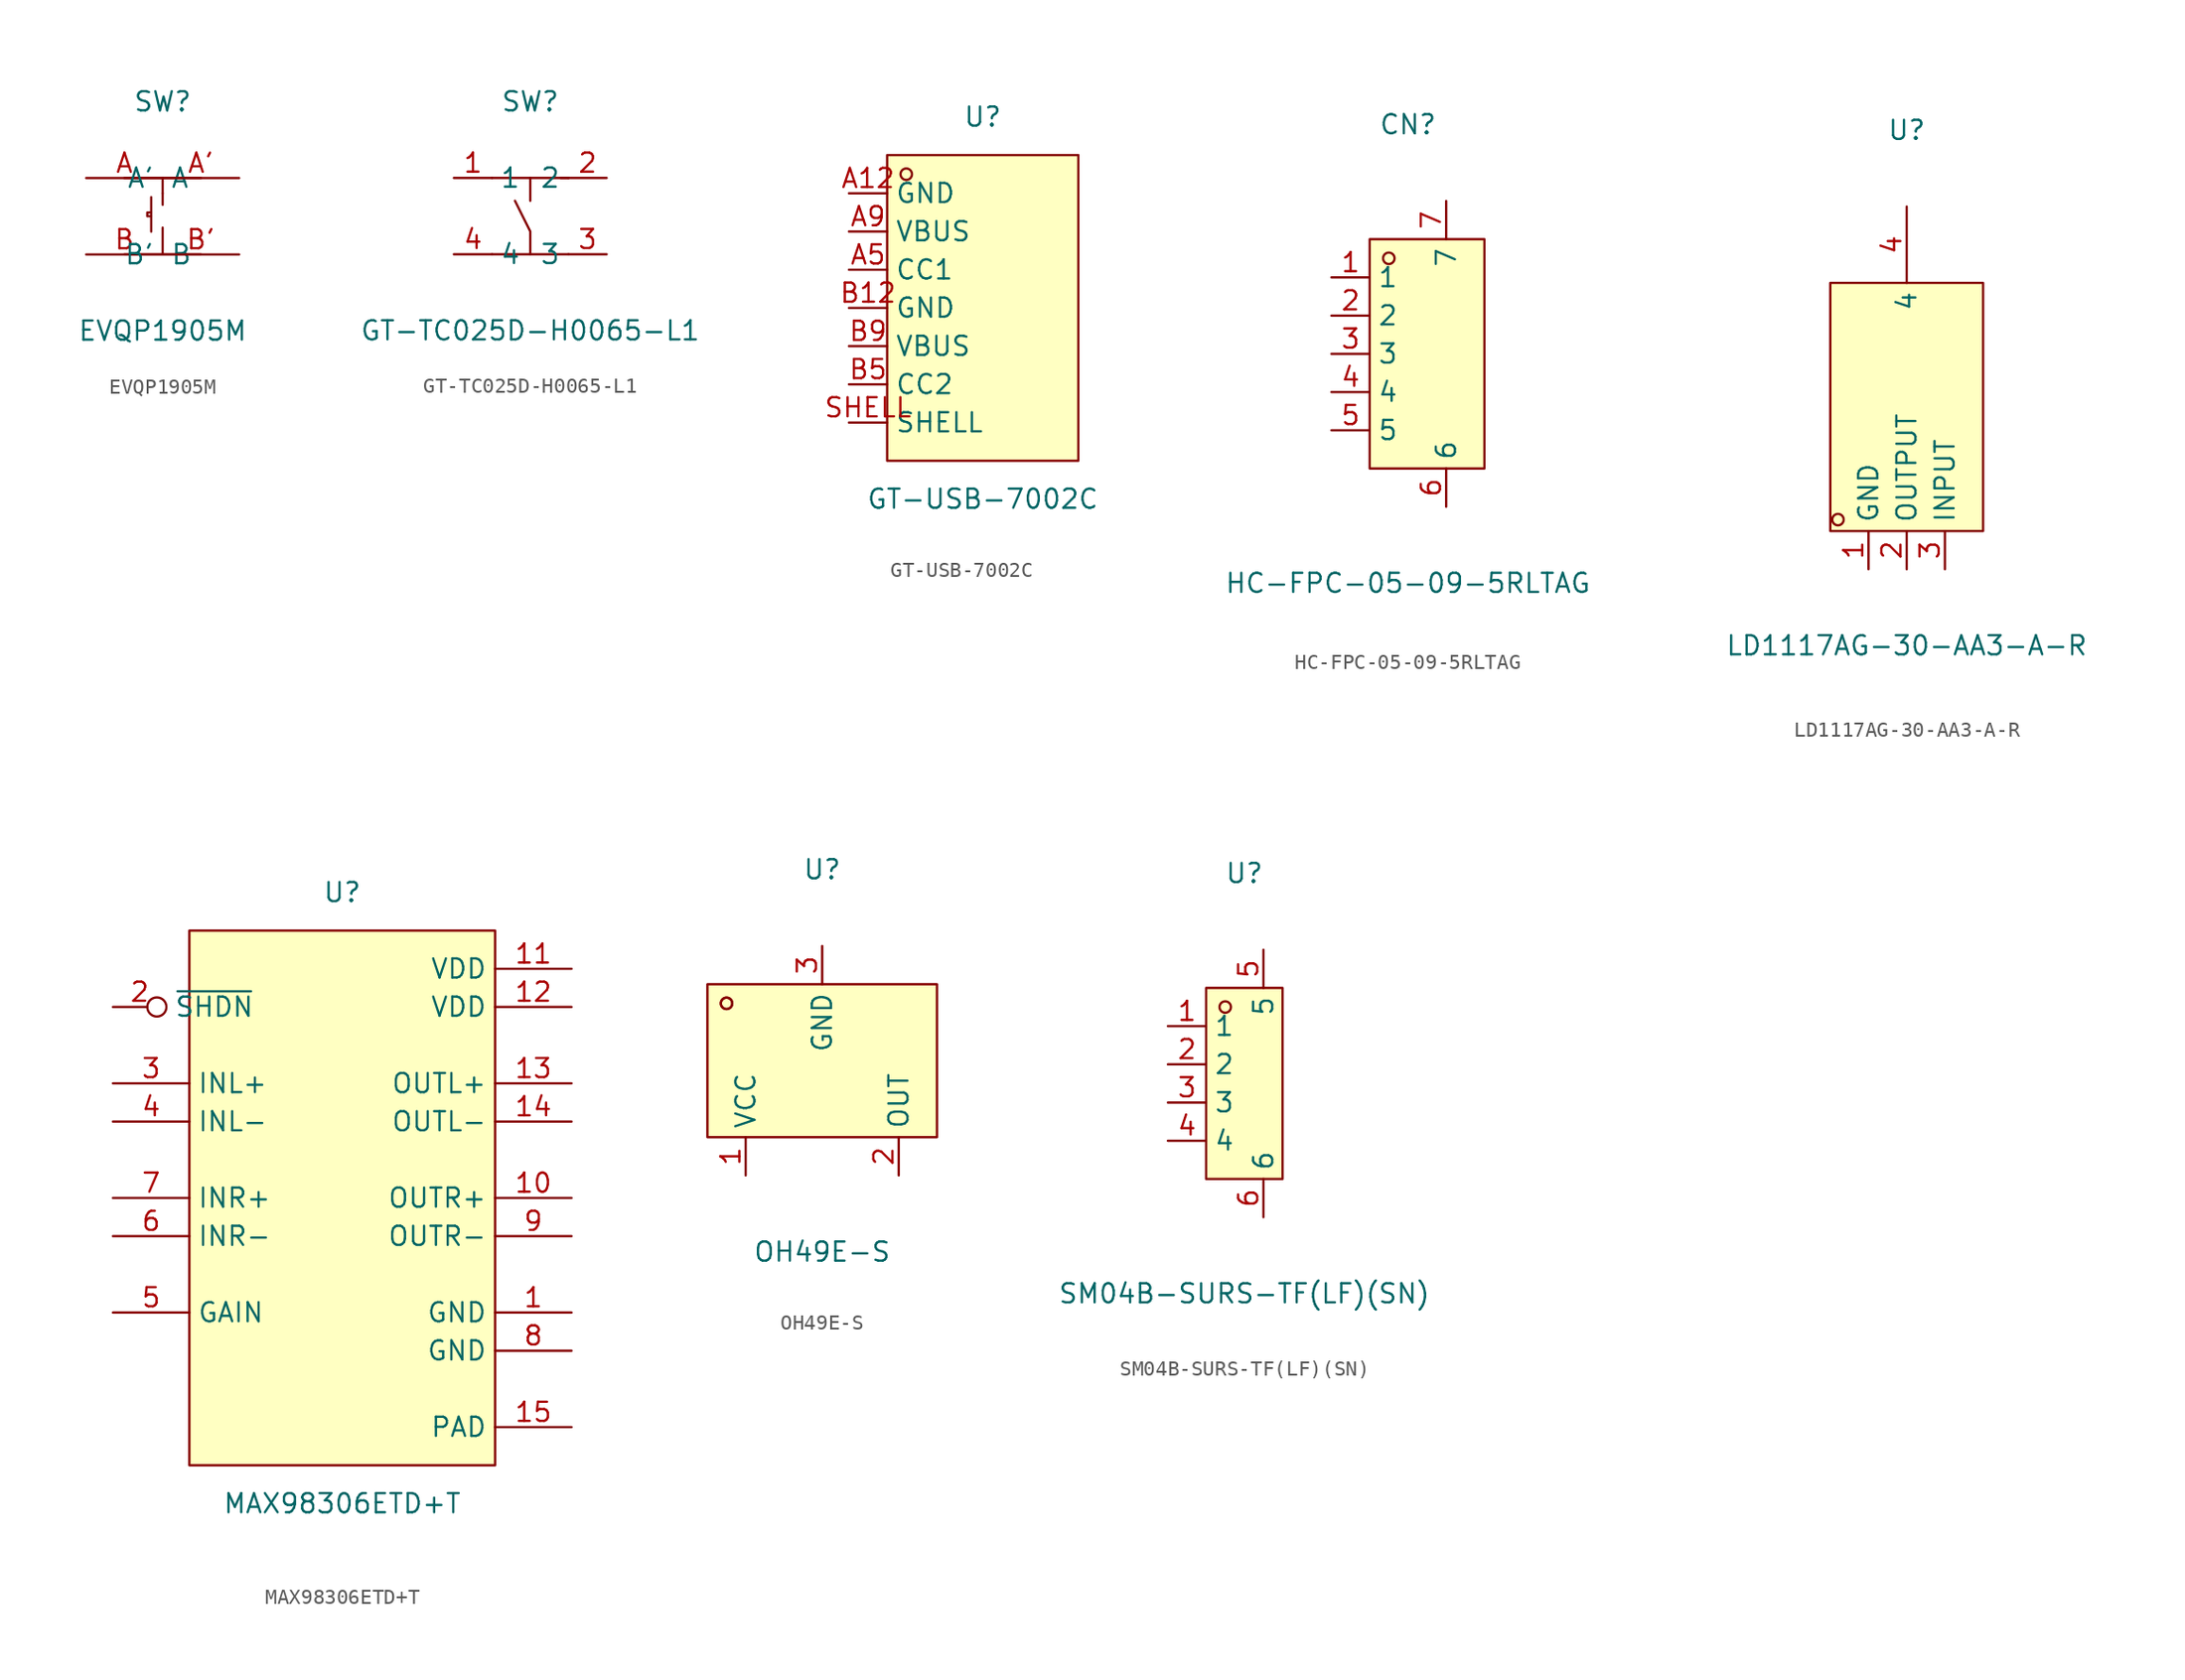
<source format=kicad_sym>
(kicad_symbol_lib
  (version 20211014)
  (generator https://github.com/uPesy/easyeda2kicad.py)
  (symbol "EVQP1905M"
    (property "Reference" "SW"
      (at 0 7.62 0)
      (effects (font (size 1.27 1.27))))
    (property "Value" "EVQP1905M"
      (at 0 -7.62 0)
      (effects (font (size 1.27 1.27))))
    (symbol "EVQP1905M_0_1"
      (polyline (pts (xy -0.76 0.25) (xy -1.02 0.25) (xy -1.02 -0.00) (xy -0.76 -0.00)) (stroke (width 0) (type default) (color 0 0 0 0)) (fill (type none)))
      (polyline (pts (xy -0.76 1.27) (xy -0.76 -1.02)) (stroke (width 0) (type default) (color 0 0 0 0)) (fill (type none)))
      (polyline (pts (xy 0.00 1.52) (xy 0.00 0.76)) (stroke (width 0) (type default) (color 0 0 0 0)) (fill (type none)))
      (polyline (pts (xy 0.00 -2.54) (xy 0.00 -0.76)) (stroke (width 0) (type default) (color 0 0 0 0)) (fill (type none)))
      (polyline (pts (xy 0.00 2.54) (xy 0.00 1.52)) (stroke (width 0) (type default) (color 0 0 0 0)) (fill (type none)))
      (polyline (pts (xy -2.54 -2.54) (xy 2.54 -2.54)) (stroke (width 0) (type default) (color 0 0 0 0)) (fill (type none)))
      (polyline (pts (xy -2.54 2.54) (xy 2.54 2.54)) (stroke (width 0) (type default) (color 0 0 0 0)) (fill (type none)))
      (pin unspecified line (at -5.08 -2.54 0) (length 5.08) (name "B" (effects (font (size 1.27 1.27)))) (number "B" (effects (font (size 1.27 1.27)))))
      (pin unspecified line (at -5.08 2.54 0) (length 5.08) (name "A" (effects (font (size 1.27 1.27)))) (number "A" (effects (font (size 1.27 1.27)))))
      (pin unspecified line (at 5.08 -2.54 180) (length 5.08) (name "B'" (effects (font (size 1.27 1.27)))) (number "B'" (effects (font (size 1.27 1.27)))))
      (pin unspecified line (at 5.08 2.54 180) (length 5.08) (name "A'" (effects (font (size 1.27 1.27)))) (number "A'" (effects (font (size 1.27 1.27)))))))
  (symbol "GT-TC025D-H0065-L1"
    (property "Reference" "SW"
      (at 0 7.62 0)
      (effects (font (size 1.27 1.27))))
    (property "Value" "GT-TC025D-H0065-L1"
      (at 0 -7.62 0)
      (effects (font (size 1.27 1.27))))
    (symbol "GT-TC025D-H0065-L1_0_1"
      (polyline (pts (xy 2.03 2.54) (xy 2.54 2.54)) (stroke (width 0) (type default) (color 0 0 0 0)) (fill (type none)))
      (polyline (pts (xy -2.54 2.54) (xy 2.54 2.54)) (stroke (width 0) (type default) (color 0 0 0 0)) (fill (type none)))
      (polyline (pts (xy -2.54 -2.54) (xy 2.54 -2.54)) (stroke (width 0) (type default) (color 0 0 0 0)) (fill (type none)))
      (polyline (pts (xy 0.00 2.54) (xy 0.00 1.02)) (stroke (width 0) (type default) (color 0 0 0 0)) (fill (type none)))
      (polyline (pts (xy 0.00 -2.54) (xy 0.00 -1.02) (xy -1.02 1.02)) (stroke (width 0) (type default) (color 0 0 0 0)) (fill (type none)))
      (pin unspecified line (at -5.08 -2.54 0) (length 2.54) (name "4" (effects (font (size 1.27 1.27)))) (number "4" (effects (font (size 1.27 1.27)))))
      (pin unspecified line (at 5.08 -2.54 180) (length 2.54) (name "3" (effects (font (size 1.27 1.27)))) (number "3" (effects (font (size 1.27 1.27)))))
      (pin unspecified line (at 5.08 2.54 180) (length 2.54) (name "2" (effects (font (size 1.27 1.27)))) (number "2" (effects (font (size 1.27 1.27)))))
      (pin unspecified line (at -5.08 2.54 0) (length 2.54) (name "1" (effects (font (size 1.27 1.27)))) (number "1" (effects (font (size 1.27 1.27)))))))
  (symbol "GT-USB-7002C"
    (property "Reference" "U"
      (at 0 12.70 0)
      (effects (font (size 1.27 1.27))))
    (property "Value" "GT-USB-7002C"
      (at 0 -12.70 0)
      (effects (font (size 1.27 1.27))))
    (symbol "GT-USB-7002C_0_1"
      (rectangle (start -6.35 10.16) (end 6.35 -10.16) (stroke (width 0) (type default) (color 0 0 0 0)) (fill (type background)))
      (circle (center -5.08 8.89) (radius 0.38) (stroke (width 0) (type default) (color 0 0 0 0)) (fill (type none)))
      (pin unspecified line (at -8.89 7.62 0) (length 2.54) (name "GND" (effects (font (size 1.27 1.27)))) (number "A12" (effects (font (size 1.27 1.27)))))
      (pin unspecified line (at -8.89 5.08 0) (length 2.54) (name "VBUS" (effects (font (size 1.27 1.27)))) (number "A9" (effects (font (size 1.27 1.27)))))
      (pin unspecified line (at -8.89 2.54 0) (length 2.54) (name "CC1" (effects (font (size 1.27 1.27)))) (number "A5" (effects (font (size 1.27 1.27)))))
      (pin unspecified line (at -8.89 -0.00 0) (length 2.54) (name "GND" (effects (font (size 1.27 1.27)))) (number "B12" (effects (font (size 1.27 1.27)))))
      (pin unspecified line (at -8.89 -2.54 0) (length 2.54) (name "VBUS" (effects (font (size 1.27 1.27)))) (number "B9" (effects (font (size 1.27 1.27)))))
      (pin unspecified line (at -8.89 -5.08 0) (length 2.54) (name "CC2" (effects (font (size 1.27 1.27)))) (number "B5" (effects (font (size 1.27 1.27)))))
      (pin unspecified line (at -8.89 -7.62 0) (length 2.54) (name "SHELL" (effects (font (size 1.27 1.27)))) (number "SHELL" (effects (font (size 1.27 1.27)))))))
  (symbol "HC-FPC-05-09-5RLTAG"
    (property "Reference" "CN"
      (at 0 15.24 0)
      (effects (font (size 1.27 1.27))))
    (property "Value" "HC-FPC-05-09-5RLTAG"
      (at 0 -15.24 0)
      (effects (font (size 1.27 1.27))))
    (symbol "HC-FPC-05-09-5RLTAG_0_1"
      (rectangle (start -2.54 7.62) (end 5.08 -7.62) (stroke (width 0) (type default) (color 0 0 0 0)) (fill (type background)))
      (circle (center -1.27 6.35) (radius 0.38) (stroke (width 0) (type default) (color 0 0 0 0)) (fill (type none)))
      (pin unspecified line (at -5.08 5.08 0) (length 2.54) (name "1" (effects (font (size 1.27 1.27)))) (number "1" (effects (font (size 1.27 1.27)))))
      (pin unspecified line (at -5.08 2.54 0) (length 2.54) (name "2" (effects (font (size 1.27 1.27)))) (number "2" (effects (font (size 1.27 1.27)))))
      (pin unspecified line (at -5.08 -0.00 0) (length 2.54) (name "3" (effects (font (size 1.27 1.27)))) (number "3" (effects (font (size 1.27 1.27)))))
      (pin unspecified line (at -5.08 -2.54 0) (length 2.54) (name "4" (effects (font (size 1.27 1.27)))) (number "4" (effects (font (size 1.27 1.27)))))
      (pin unspecified line (at -5.08 -5.08 0) (length 2.54) (name "5" (effects (font (size 1.27 1.27)))) (number "5" (effects (font (size 1.27 1.27)))))
      (pin unspecified line (at 2.54 -10.16 90) (length 2.54) (name "6" (effects (font (size 1.27 1.27)))) (number "6" (effects (font (size 1.27 1.27)))))
      (pin unspecified line (at 2.54 10.16 270) (length 2.54) (name "7" (effects (font (size 1.27 1.27)))) (number "7" (effects (font (size 1.27 1.27)))))))
  (symbol "LD1117AG-30-AA3-A-R"
    (property "Reference" "U"
      (at 0 17.78 0)
      (effects (font (size 1.27 1.27))))
    (property "Value" "LD1117AG-30-AA3-A-R"
      (at 0 -16.51 0)
      (effects (font (size 1.27 1.27))))
    (symbol "LD1117AG-30-AA3-A-R_0_1"
      (rectangle (start -5.08 7.62) (end 5.08 -8.89) (stroke (width 0) (type default) (color 0 0 0 0)) (fill (type background)))
      (circle (center -4.57 -8.13) (radius 0.38) (stroke (width 0) (type default) (color 0 0 0 0)) (fill (type none)))
      (pin unspecified line (at -2.54 -11.43 90) (length 2.54) (name "GND" (effects (font (size 1.27 1.27)))) (number "1" (effects (font (size 1.27 1.27)))))
      (pin unspecified line (at 0.00 -11.43 90) (length 2.54) (name "OUTPUT" (effects (font (size 1.27 1.27)))) (number "2" (effects (font (size 1.27 1.27)))))
      (pin unspecified line (at 2.54 -11.43 90) (length 2.54) (name "INPUT" (effects (font (size 1.27 1.27)))) (number "3" (effects (font (size 1.27 1.27)))))
      (pin unspecified line (at 0.00 12.70 270) (length 5.08) (name "4" (effects (font (size 1.27 1.27)))) (number "4" (effects (font (size 1.27 1.27)))))))
  (symbol "MAX98306ETD+T"
    (property "Reference" "U"
      (at 0 20.32 0)
      (effects (font (size 1.27 1.27))))
    (property "Value" "MAX98306ETD+T"
      (at 0 -20.32 0)
      (effects (font (size 1.27 1.27))))
    (symbol "MAX98306ETD+T_0_1"
      (rectangle (start -10.16 17.78) (end 10.16 -17.78) (stroke (width 0) (type default) (color 0 0 0 0)) (fill (type background)))
      (pin power_in line (at 15.24 12.70 180) (length 5.08) (name "VDD" (effects (font (size 1.27 1.27)))) (number "12" (effects (font (size 1.27 1.27)))))
      (pin unspecified line (at -15.24 7.62 0) (length 5.08) (name "INL+" (effects (font (size 1.27 1.27)))) (number "3" (effects (font (size 1.27 1.27)))))
      (pin unspecified line (at -15.24 5.08 0) (length 5.08) (name "INL-" (effects (font (size 1.27 1.27)))) (number "4" (effects (font (size 1.27 1.27)))))
      (pin power_in line (at 15.24 -7.62 180) (length 5.08) (name "GND" (effects (font (size 1.27 1.27)))) (number "1" (effects (font (size 1.27 1.27)))))
      (pin unspecified line (at 15.24 7.62 180) (length 5.08) (name "OUTL+" (effects (font (size 1.27 1.27)))) (number "13" (effects (font (size 1.27 1.27)))))
      (pin unspecified line (at 15.24 5.08 180) (length 5.08) (name "OUTL-" (effects (font (size 1.27 1.27)))) (number "14" (effects (font (size 1.27 1.27)))))
      (pin input inverted (at -15.24 12.70 0) (length 3.556) (name "~{SHDN}" (effects (font (size 1.27 1.27)))) (number "2" (effects (font (size 1.27 1.27)))))
      (pin power_in line (at 15.24 -15.24 180) (length 5.08) (name "PAD" (effects (font (size 1.27 1.27)))) (number "15" (effects (font (size 1.27 1.27)))))
      (pin unspecified line (at -15.24 -7.62 0) (length 5.08) (name "GAIN" (effects (font (size 1.27 1.27)))) (number "5" (effects (font (size 1.27 1.27)))))
      (pin unspecified line (at -15.24 -0.00 0) (length 5.08) (name "INR+" (effects (font (size 1.27 1.27)))) (number "7" (effects (font (size 1.27 1.27)))))
      (pin unspecified line (at -15.24 -2.54 0) (length 5.08) (name "INR-" (effects (font (size 1.27 1.27)))) (number "6" (effects (font (size 1.27 1.27)))))
      (pin unspecified line (at 15.24 -0.00 180) (length 5.08) (name "OUTR+" (effects (font (size 1.27 1.27)))) (number "10" (effects (font (size 1.27 1.27)))))
      (pin unspecified line (at 15.24 -2.54 180) (length 5.08) (name "OUTR-" (effects (font (size 1.27 1.27)))) (number "9" (effects (font (size 1.27 1.27)))))
      (pin power_in line (at 15.24 -10.16 180) (length 5.08) (name "GND" (effects (font (size 1.27 1.27)))) (number "8" (effects (font (size 1.27 1.27)))))
      (pin power_in line (at 15.24 15.24 180) (length 5.08) (name "VDD" (effects (font (size 1.27 1.27)))) (number "11" (effects (font (size 1.27 1.27)))))))
  (symbol "OH49E-S"
    (property "Reference" "U"
      (at 0 12.70 0)
      (effects (font (size 1.27 1.27))))
    (property "Value" "OH49E-S"
      (at 0 -12.70 0)
      (effects (font (size 1.27 1.27))))
    (symbol "OH49E-S_0_1"
      (rectangle (start -7.62 5.08) (end 7.62 -5.08) (stroke (width 0) (type default) (color 0 0 0 0)) (fill (type background)))
      (circle (center -6.35 3.81) (radius 0.38) (stroke (width 0) (type default) (color 0 0 0 0)) (fill (type none)))
      (circle (center -6.35 3.81) (radius 0.38) (stroke (width 0) (type default) (color 0 0 0 0)) (fill (type none)))
      (pin unspecified line (at -5.08 -7.62 90) (length 2.54) (name "VCC" (effects (font (size 1.27 1.27)))) (number "1" (effects (font (size 1.27 1.27)))))
      (pin unspecified line (at 5.08 -7.62 90) (length 2.54) (name "OUT" (effects (font (size 1.27 1.27)))) (number "2" (effects (font (size 1.27 1.27)))))
      (pin unspecified line (at 0.00 7.62 270) (length 2.54) (name "GND" (effects (font (size 1.27 1.27)))) (number "3" (effects (font (size 1.27 1.27)))))))
  (symbol "SM04B-SURS-TF(LF)(SN)"
    (property "Reference" "U"
      (at 0 13.97 0)
      (effects (font (size 1.27 1.27))))
    (property "Value" "SM04B-SURS-TF(LF)(SN)"
      (at 0 -13.97 0)
      (effects (font (size 1.27 1.27))))
    (symbol "SM04B-SURS-TF(LF)(SN)_0_1"
      (rectangle (start -2.54 6.35) (end 2.54 -6.35) (stroke (width 0) (type default) (color 0 0 0 0)) (fill (type background)))
      (circle (center -1.27 5.08) (radius 0.38) (stroke (width 0) (type default) (color 0 0 0 0)) (fill (type none)))
      (pin unspecified line (at -5.08 3.81 0) (length 2.54) (name "1" (effects (font (size 1.27 1.27)))) (number "1" (effects (font (size 1.27 1.27)))))
      (pin unspecified line (at -5.08 1.27 0) (length 2.54) (name "2" (effects (font (size 1.27 1.27)))) (number "2" (effects (font (size 1.27 1.27)))))
      (pin unspecified line (at -5.08 -1.27 0) (length 2.54) (name "3" (effects (font (size 1.27 1.27)))) (number "3" (effects (font (size 1.27 1.27)))))
      (pin unspecified line (at -5.08 -3.81 0) (length 2.54) (name "4" (effects (font (size 1.27 1.27)))) (number "4" (effects (font (size 1.27 1.27)))))
      (pin unspecified line (at 1.27 8.89 270) (length 2.54) (name "5" (effects (font (size 1.27 1.27)))) (number "5" (effects (font (size 1.27 1.27)))))
      (pin unspecified line (at 1.27 -8.89 90) (length 2.54) (name "6" (effects (font (size 1.27 1.27)))) (number "6" (effects (font (size 1.27 1.27))))))))
</source>
